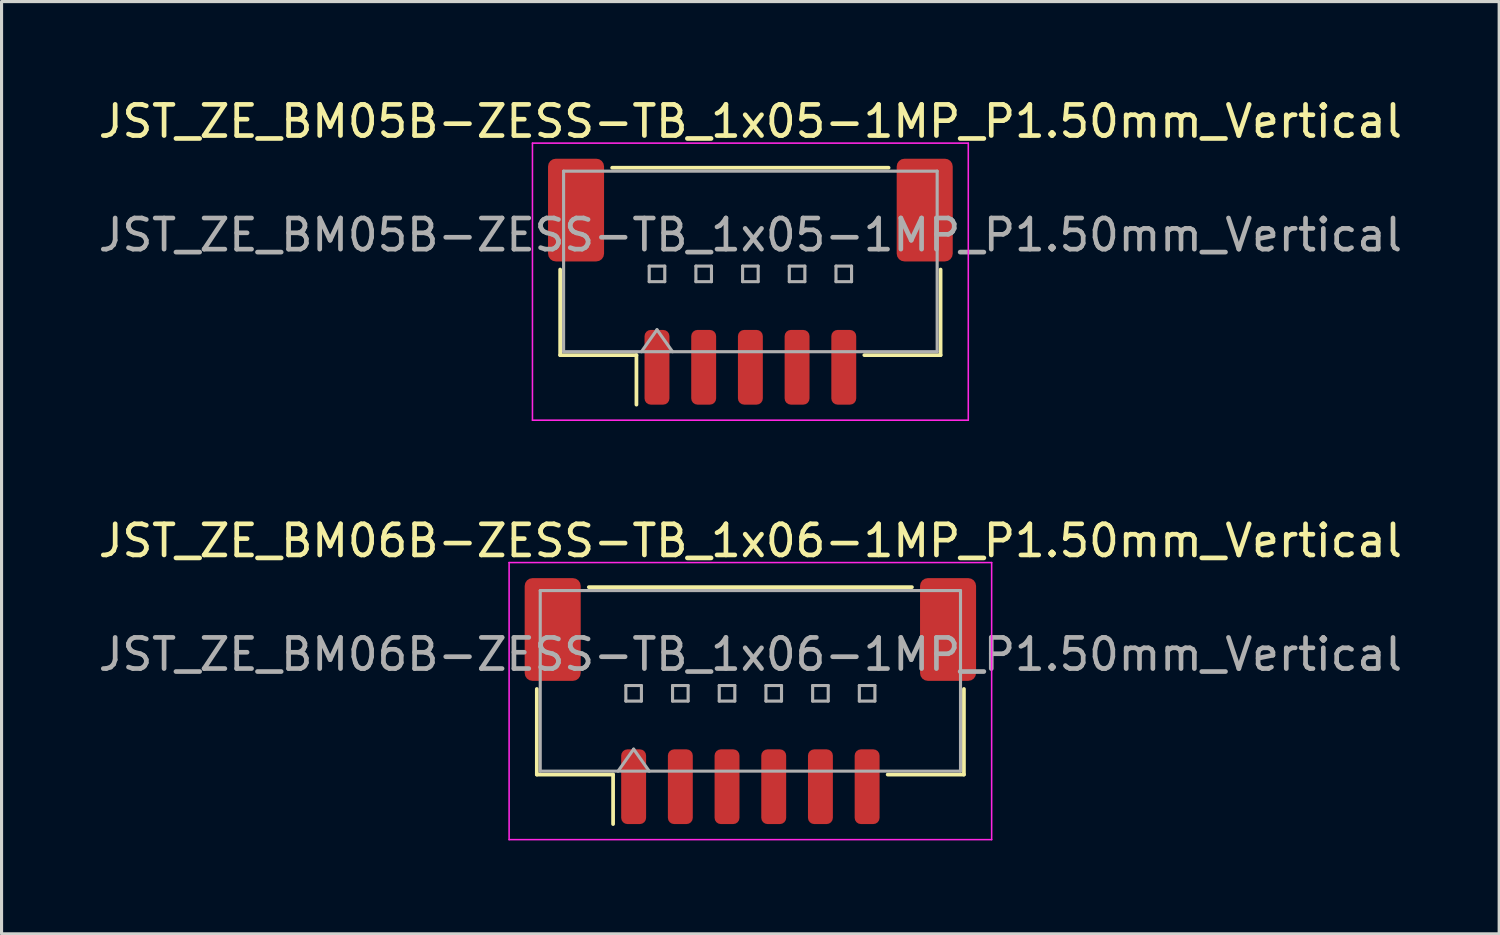
<source format=kicad_pcb>
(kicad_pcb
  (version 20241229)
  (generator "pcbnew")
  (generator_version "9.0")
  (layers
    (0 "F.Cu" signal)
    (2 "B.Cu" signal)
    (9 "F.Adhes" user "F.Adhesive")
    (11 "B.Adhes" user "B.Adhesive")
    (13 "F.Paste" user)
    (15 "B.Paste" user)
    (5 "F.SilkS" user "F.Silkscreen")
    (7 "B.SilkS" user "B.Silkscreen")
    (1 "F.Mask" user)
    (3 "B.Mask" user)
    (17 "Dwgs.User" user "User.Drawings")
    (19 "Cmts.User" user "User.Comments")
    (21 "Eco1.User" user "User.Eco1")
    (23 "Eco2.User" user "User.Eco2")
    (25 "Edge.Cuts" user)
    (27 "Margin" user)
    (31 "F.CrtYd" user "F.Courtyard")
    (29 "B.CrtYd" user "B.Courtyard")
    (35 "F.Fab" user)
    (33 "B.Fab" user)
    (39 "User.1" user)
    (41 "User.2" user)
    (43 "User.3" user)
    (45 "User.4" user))
  (footprint "JST_ZE_BM05B-ZESS-TB_1x05-1MP_P1.50mm_Vertical"
    (layer "F.Cu")
    (at 21.054 5.998)
    (property "Reference" "JST_ZE_BM05B-ZESS-TB_1x05-1MP_P1.50mm_Vertical" (at 0 -5.15 0) (layer "F.SilkS") (effects (font (size 1 1) (thickness 0.15))))
    (attr smd)
    (fp_line (start -6.11 -0.39) (end -6.11 2.36) (stroke (width 0.12) (type solid)) (layer "F.SilkS"))
    (fp_line (start -6.11 2.36) (end -3.66 2.36) (stroke (width 0.12) (type solid)) (layer "F.SilkS"))
    (fp_line (start -4.44 -3.66) (end 4.44 -3.66) (stroke (width 0.12) (type solid)) (layer "F.SilkS"))
    (fp_line (start -3.66 2.36) (end -3.66 3.95) (stroke (width 0.12) (type solid)) (layer "F.SilkS"))
    (fp_line (start 6.11 -0.39) (end 6.11 2.36) (stroke (width 0.12) (type solid)) (layer "F.SilkS"))
    (fp_line (start 6.11 2.36) (end 3.66 2.36) (stroke (width 0.12) (type solid)) (layer "F.SilkS"))
    (fp_line (start -7 -4.45) (end -7 4.45) (stroke (width 0.05) (type solid)) (layer "F.CrtYd"))
    (fp_line (start -7 4.45) (end 7 4.45) (stroke (width 0.05) (type solid)) (layer "F.CrtYd"))
    (fp_line (start 7 -4.45) (end -7 -4.45) (stroke (width 0.05) (type solid)) (layer "F.CrtYd"))
    (fp_line (start 7 4.45) (end 7 -4.45) (stroke (width 0.05) (type solid)) (layer "F.CrtYd"))
    (fp_line (start -6 -3.55) (end 6 -3.55) (stroke (width 0.1) (type solid)) (layer "F.Fab"))
    (fp_line (start -6 2.25) (end -6 -3.55) (stroke (width 0.1) (type solid)) (layer "F.Fab"))
    (fp_line (start -6 2.25) (end 6 2.25) (stroke (width 0.1) (type solid)) (layer "F.Fab"))
    (fp_line (start -3.5 2.25) (end -3 1.543) (stroke (width 0.1) (type solid)) (layer "F.Fab"))
    (fp_line (start -3.25 -0.5) (end -3.25 0) (stroke (width 0.1) (type solid)) (layer "F.Fab"))
    (fp_line (start -3.25 0) (end -2.75 0) (stroke (width 0.1) (type solid)) (layer "F.Fab"))
    (fp_line (start -3 1.543) (end -2.5 2.25) (stroke (width 0.1) (type solid)) (layer "F.Fab"))
    (fp_line (start -2.75 -0.5) (end -3.25 -0.5) (stroke (width 0.1) (type solid)) (layer "F.Fab"))
    (fp_line (start -2.75 0) (end -2.75 -0.5) (stroke (width 0.1) (type solid)) (layer "F.Fab"))
    (fp_line (start -1.75 -0.5) (end -1.75 0) (stroke (width 0.1) (type solid)) (layer "F.Fab"))
    (fp_line (start -1.75 0) (end -1.25 0) (stroke (width 0.1) (type solid)) (layer "F.Fab"))
    (fp_line (start -1.25 -0.5) (end -1.75 -0.5) (stroke (width 0.1) (type solid)) (layer "F.Fab"))
    (fp_line (start -1.25 0) (end -1.25 -0.5) (stroke (width 0.1) (type solid)) (layer "F.Fab"))
    (fp_line (start -0.25 -0.5) (end -0.25 0) (stroke (width 0.1) (type solid)) (layer "F.Fab"))
    (fp_line (start -0.25 0) (end 0.25 0) (stroke (width 0.1) (type solid)) (layer "F.Fab"))
    (fp_line (start 0.25 -0.5) (end -0.25 -0.5) (stroke (width 0.1) (type solid)) (layer "F.Fab"))
    (fp_line (start 0.25 0) (end 0.25 -0.5) (stroke (width 0.1) (type solid)) (layer "F.Fab"))
    (fp_line (start 1.25 -0.5) (end 1.25 0) (stroke (width 0.1) (type solid)) (layer "F.Fab"))
    (fp_line (start 1.25 0) (end 1.75 0) (stroke (width 0.1) (type solid)) (layer "F.Fab"))
    (fp_line (start 1.75 -0.5) (end 1.25 -0.5) (stroke (width 0.1) (type solid)) (layer "F.Fab"))
    (fp_line (start 1.75 0) (end 1.75 -0.5) (stroke (width 0.1) (type solid)) (layer "F.Fab"))
    (fp_line (start 2.75 -0.5) (end 2.75 0) (stroke (width 0.1) (type solid)) (layer "F.Fab"))
    (fp_line (start 2.75 0) (end 3.25 0) (stroke (width 0.1) (type solid)) (layer "F.Fab"))
    (fp_line (start 3.25 -0.5) (end 2.75 -0.5) (stroke (width 0.1) (type solid)) (layer "F.Fab"))
    (fp_line (start 3.25 0) (end 3.25 -0.5) (stroke (width 0.1) (type solid)) (layer "F.Fab"))
    (fp_line (start 6 2.25) (end 6 -3.55) (stroke (width 0.1) (type solid)) (layer "F.Fab"))
    (fp_text user "${REFERENCE}" (at 0 -1.5 0) (layer "F.Fab") (effects (font (size 1 1) (thickness 0.15))))
    (pad "1" smd roundrect (at -3 2.75) (size 0.8 2.4) (layers "F.Cu" "F.Mask" "F.Paste") (roundrect_rratio 0.25))
    (pad "2" smd roundrect (at -1.5 2.75) (size 0.8 2.4) (layers "F.Cu" "F.Mask" "F.Paste") (roundrect_rratio 0.25))
    (pad "3" smd roundrect (at 0 2.75) (size 0.8 2.4) (layers "F.Cu" "F.Mask" "F.Paste") (roundrect_rratio 0.25))
    (pad "4" smd roundrect (at 1.5 2.75) (size 0.8 2.4) (layers "F.Cu" "F.Mask" "F.Paste") (roundrect_rratio 0.25))
    (pad "5" smd roundrect (at 3 2.75) (size 0.8 2.4) (layers "F.Cu" "F.Mask" "F.Paste") (roundrect_rratio 0.25))
    (pad "MP" smd roundrect (at -5.6 -2.3) (size 1.8 3.3) (layers "F.Cu" "F.Mask" "F.Paste") (roundrect_rratio 0.139))
    (pad "MP" smd roundrect (at 5.6 -2.3) (size 1.8 3.3) (layers "F.Cu" "F.Mask" "F.Paste") (roundrect_rratio 0.139)))
  (footprint "JST_ZE_BM06B-ZESS-TB_1x06-1MP_P1.50mm_Vertical"
    (layer "F.Cu")
    (at 21.054 19.471)
    (property "Reference" "JST_ZE_BM06B-ZESS-TB_1x06-1MP_P1.50mm_Vertical" (at 0 -5.15 0) (layer "F.SilkS") (effects (font (size 1 1) (thickness 0.15))))
    (attr smd)
    (fp_line (start -6.86 -0.39) (end -6.86 2.36) (stroke (width 0.12) (type solid)) (layer "F.SilkS"))
    (fp_line (start -6.86 2.36) (end -4.41 2.36) (stroke (width 0.12) (type solid)) (layer "F.SilkS"))
    (fp_line (start -5.19 -3.66) (end 5.19 -3.66) (stroke (width 0.12) (type solid)) (layer "F.SilkS"))
    (fp_line (start -4.41 2.36) (end -4.41 3.95) (stroke (width 0.12) (type solid)) (layer "F.SilkS"))
    (fp_line (start 6.86 -0.39) (end 6.86 2.36) (stroke (width 0.12) (type solid)) (layer "F.SilkS"))
    (fp_line (start 6.86 2.36) (end 4.41 2.36) (stroke (width 0.12) (type solid)) (layer "F.SilkS"))
    (fp_line (start -7.75 -4.45) (end -7.75 4.45) (stroke (width 0.05) (type solid)) (layer "F.CrtYd"))
    (fp_line (start -7.75 4.45) (end 7.75 4.45) (stroke (width 0.05) (type solid)) (layer "F.CrtYd"))
    (fp_line (start 7.75 -4.45) (end -7.75 -4.45) (stroke (width 0.05) (type solid)) (layer "F.CrtYd"))
    (fp_line (start 7.75 4.45) (end 7.75 -4.45) (stroke (width 0.05) (type solid)) (layer "F.CrtYd"))
    (fp_line (start -6.75 -3.55) (end 6.75 -3.55) (stroke (width 0.1) (type solid)) (layer "F.Fab"))
    (fp_line (start -6.75 2.25) (end -6.75 -3.55) (stroke (width 0.1) (type solid)) (layer "F.Fab"))
    (fp_line (start -6.75 2.25) (end 6.75 2.25) (stroke (width 0.1) (type solid)) (layer "F.Fab"))
    (fp_line (start -4.25 2.25) (end -3.75 1.543) (stroke (width 0.1) (type solid)) (layer "F.Fab"))
    (fp_line (start -4 -0.5) (end -4 0) (stroke (width 0.1) (type solid)) (layer "F.Fab"))
    (fp_line (start -4 0) (end -3.5 0) (stroke (width 0.1) (type solid)) (layer "F.Fab"))
    (fp_line (start -3.75 1.543) (end -3.25 2.25) (stroke (width 0.1) (type solid)) (layer "F.Fab"))
    (fp_line (start -3.5 -0.5) (end -4 -0.5) (stroke (width 0.1) (type solid)) (layer "F.Fab"))
    (fp_line (start -3.5 0) (end -3.5 -0.5) (stroke (width 0.1) (type solid)) (layer "F.Fab"))
    (fp_line (start -2.5 -0.5) (end -2.5 0) (stroke (width 0.1) (type solid)) (layer "F.Fab"))
    (fp_line (start -2.5 0) (end -2 0) (stroke (width 0.1) (type solid)) (layer "F.Fab"))
    (fp_line (start -2 -0.5) (end -2.5 -0.5) (stroke (width 0.1) (type solid)) (layer "F.Fab"))
    (fp_line (start -2 0) (end -2 -0.5) (stroke (width 0.1) (type solid)) (layer "F.Fab"))
    (fp_line (start -1 -0.5) (end -1 0) (stroke (width 0.1) (type solid)) (layer "F.Fab"))
    (fp_line (start -1 0) (end -0.5 0) (stroke (width 0.1) (type solid)) (layer "F.Fab"))
    (fp_line (start -0.5 -0.5) (end -1 -0.5) (stroke (width 0.1) (type solid)) (layer "F.Fab"))
    (fp_line (start -0.5 0) (end -0.5 -0.5) (stroke (width 0.1) (type solid)) (layer "F.Fab"))
    (fp_line (start 0.5 -0.5) (end 0.5 0) (stroke (width 0.1) (type solid)) (layer "F.Fab"))
    (fp_line (start 0.5 0) (end 1 0) (stroke (width 0.1) (type solid)) (layer "F.Fab"))
    (fp_line (start 1 -0.5) (end 0.5 -0.5) (stroke (width 0.1) (type solid)) (layer "F.Fab"))
    (fp_line (start 1 0) (end 1 -0.5) (stroke (width 0.1) (type solid)) (layer "F.Fab"))
    (fp_line (start 2 -0.5) (end 2 0) (stroke (width 0.1) (type solid)) (layer "F.Fab"))
    (fp_line (start 2 0) (end 2.5 0) (stroke (width 0.1) (type solid)) (layer "F.Fab"))
    (fp_line (start 2.5 -0.5) (end 2 -0.5) (stroke (width 0.1) (type solid)) (layer "F.Fab"))
    (fp_line (start 2.5 0) (end 2.5 -0.5) (stroke (width 0.1) (type solid)) (layer "F.Fab"))
    (fp_line (start 3.5 -0.5) (end 3.5 0) (stroke (width 0.1) (type solid)) (layer "F.Fab"))
    (fp_line (start 3.5 0) (end 4 0) (stroke (width 0.1) (type solid)) (layer "F.Fab"))
    (fp_line (start 4 -0.5) (end 3.5 -0.5) (stroke (width 0.1) (type solid)) (layer "F.Fab"))
    (fp_line (start 4 0) (end 4 -0.5) (stroke (width 0.1) (type solid)) (layer "F.Fab"))
    (fp_line (start 6.75 2.25) (end 6.75 -3.55) (stroke (width 0.1) (type solid)) (layer "F.Fab"))
    (fp_text user "${REFERENCE}" (at 0 -1.5 0) (layer "F.Fab") (effects (font (size 1 1) (thickness 0.15))))
    (pad "1" smd roundrect (at -3.75 2.75) (size 0.8 2.4) (layers "F.Cu" "F.Mask" "F.Paste") (roundrect_rratio 0.25))
    (pad "2" smd roundrect (at -2.25 2.75) (size 0.8 2.4) (layers "F.Cu" "F.Mask" "F.Paste") (roundrect_rratio 0.25))
    (pad "3" smd roundrect (at -0.75 2.75) (size 0.8 2.4) (layers "F.Cu" "F.Mask" "F.Paste") (roundrect_rratio 0.25))
    (pad "4" smd roundrect (at 0.75 2.75) (size 0.8 2.4) (layers "F.Cu" "F.Mask" "F.Paste") (roundrect_rratio 0.25))
    (pad "5" smd roundrect (at 2.25 2.75) (size 0.8 2.4) (layers "F.Cu" "F.Mask" "F.Paste") (roundrect_rratio 0.25))
    (pad "6" smd roundrect (at 3.75 2.75) (size 0.8 2.4) (layers "F.Cu" "F.Mask" "F.Paste") (roundrect_rratio 0.25))
    (pad "MP" smd roundrect (at -6.35 -2.3) (size 1.8 3.3) (layers "F.Cu" "F.Mask" "F.Paste") (roundrect_rratio 0.139))
    (pad "MP" smd roundrect (at 6.35 -2.3) (size 1.8 3.3) (layers "F.Cu" "F.Mask" "F.Paste") (roundrect_rratio 0.139)))
  (gr_rect
    (start -3 -3)
    (end 45.107 26.947)
    (stroke (width 0.1) (type default))
    (fill no)
    (layer "Edge.Cuts")))
</source>
